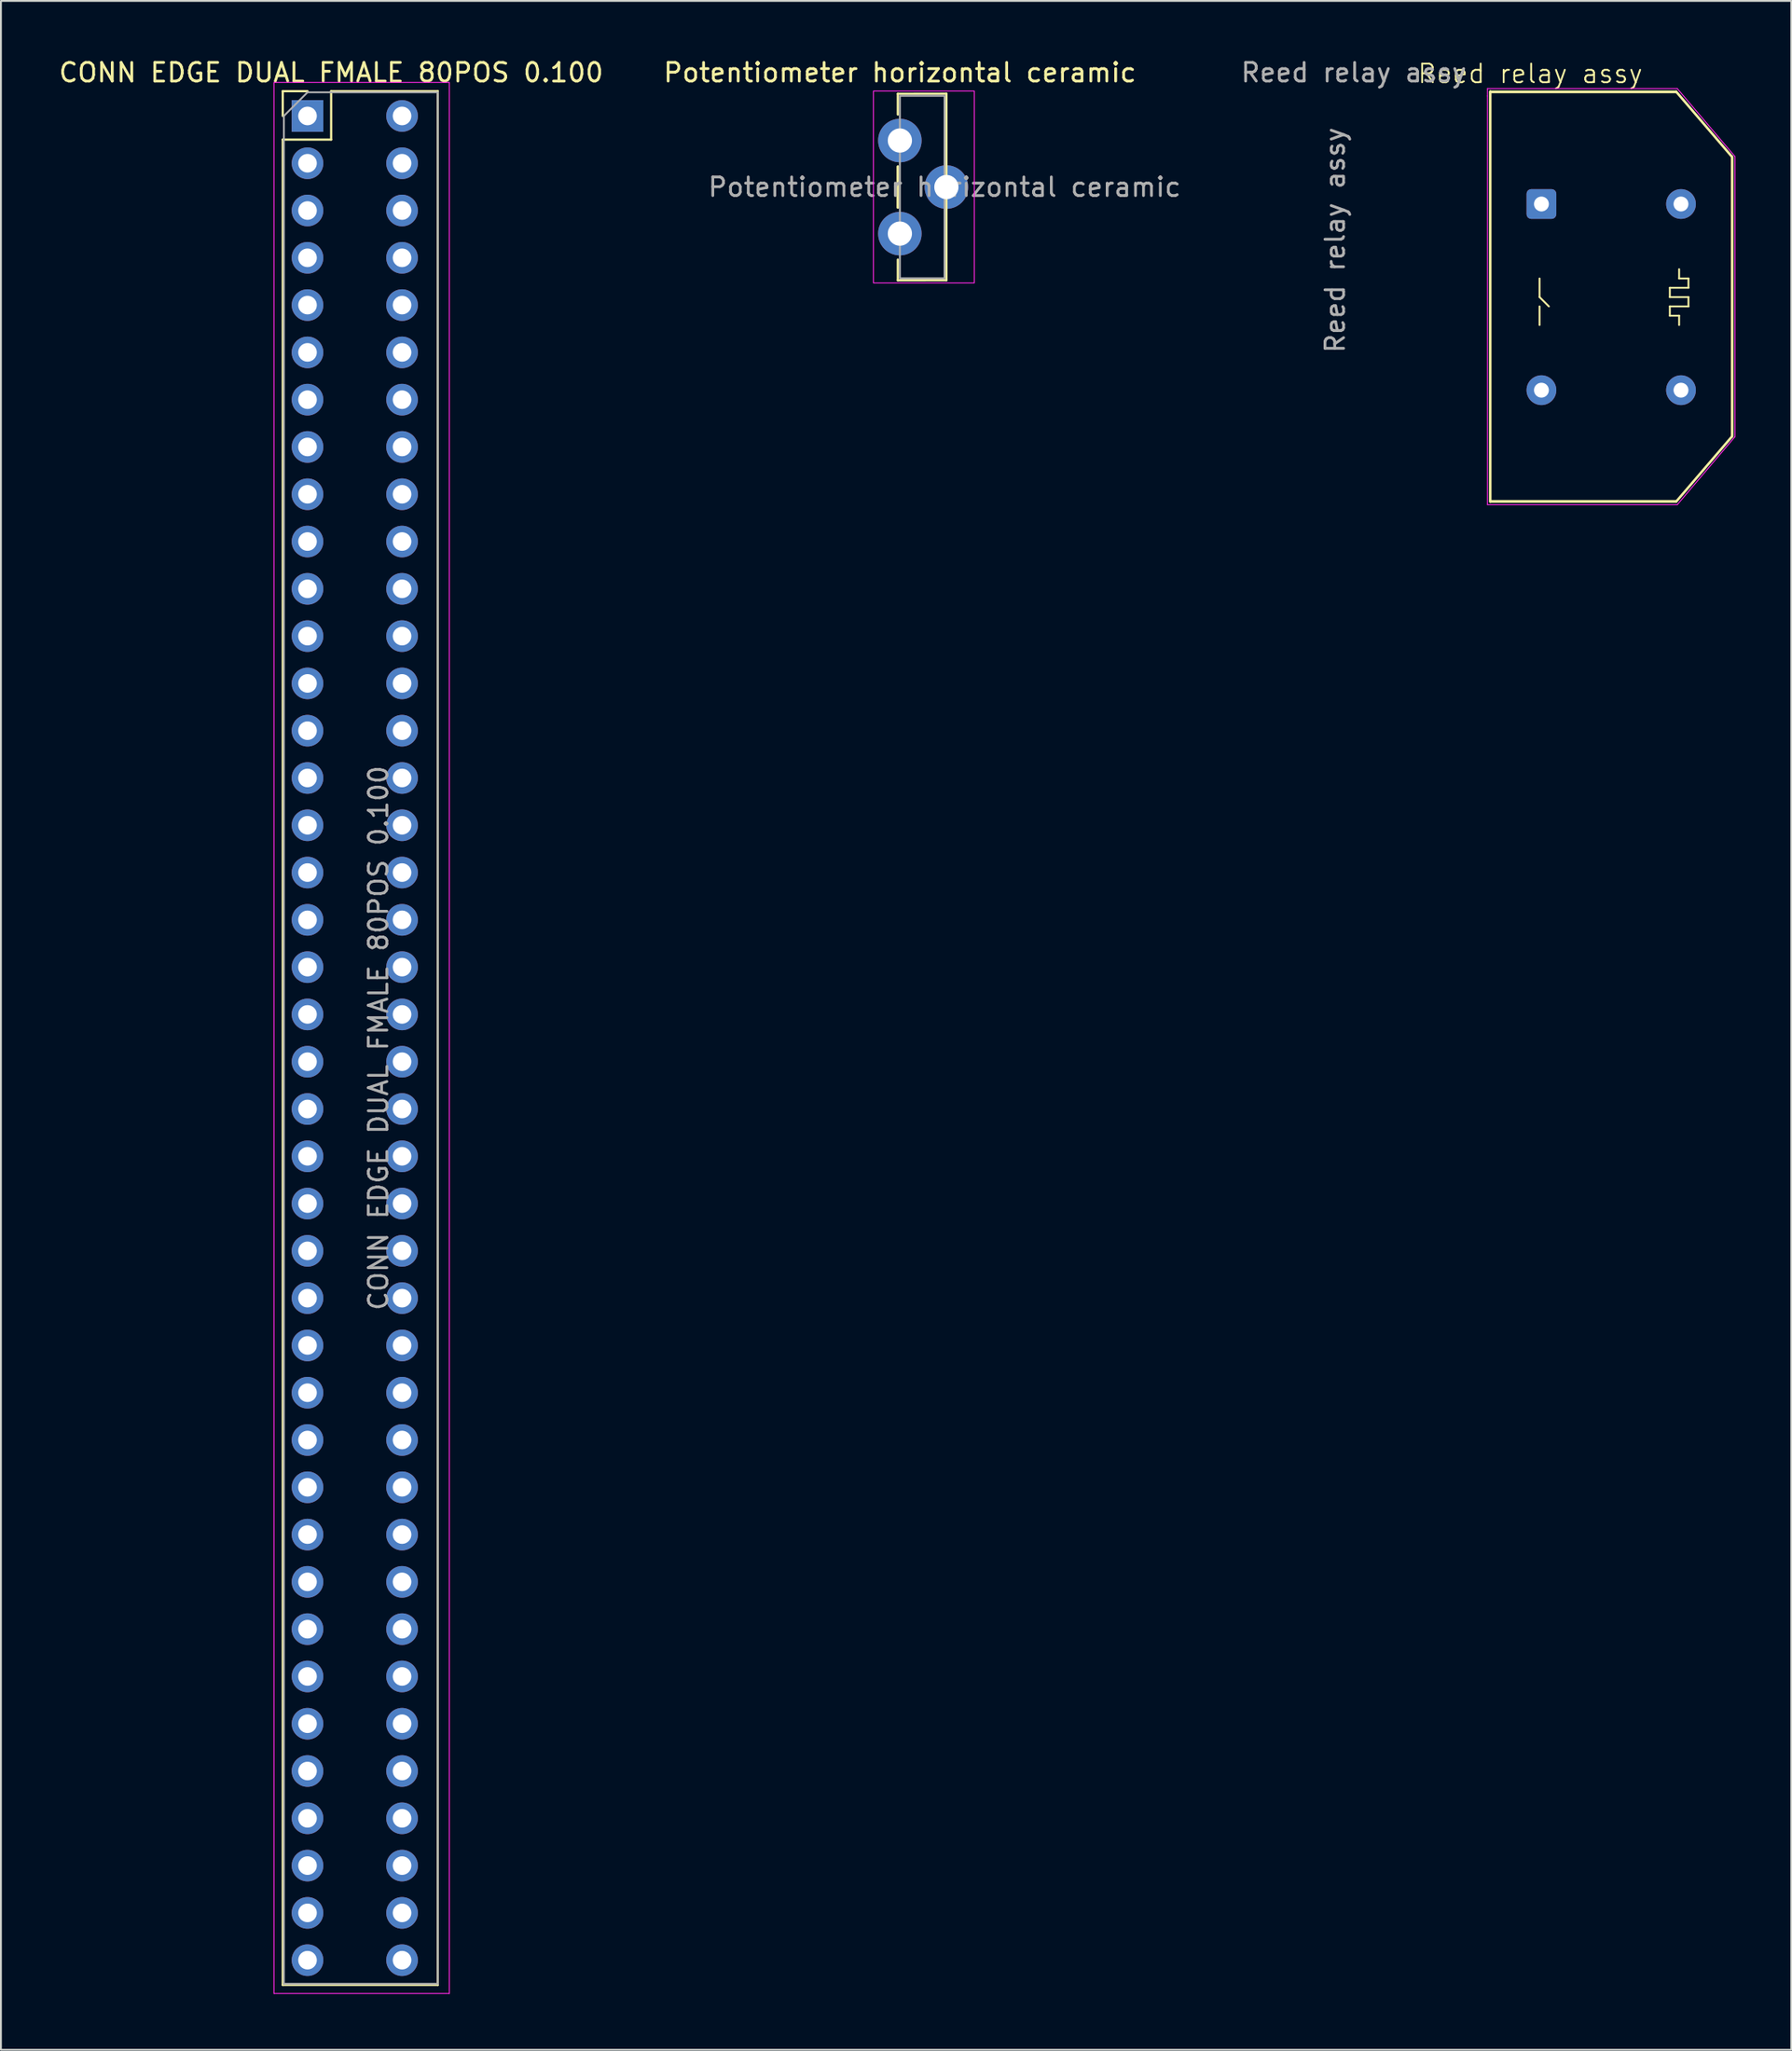
<source format=kicad_pcb>
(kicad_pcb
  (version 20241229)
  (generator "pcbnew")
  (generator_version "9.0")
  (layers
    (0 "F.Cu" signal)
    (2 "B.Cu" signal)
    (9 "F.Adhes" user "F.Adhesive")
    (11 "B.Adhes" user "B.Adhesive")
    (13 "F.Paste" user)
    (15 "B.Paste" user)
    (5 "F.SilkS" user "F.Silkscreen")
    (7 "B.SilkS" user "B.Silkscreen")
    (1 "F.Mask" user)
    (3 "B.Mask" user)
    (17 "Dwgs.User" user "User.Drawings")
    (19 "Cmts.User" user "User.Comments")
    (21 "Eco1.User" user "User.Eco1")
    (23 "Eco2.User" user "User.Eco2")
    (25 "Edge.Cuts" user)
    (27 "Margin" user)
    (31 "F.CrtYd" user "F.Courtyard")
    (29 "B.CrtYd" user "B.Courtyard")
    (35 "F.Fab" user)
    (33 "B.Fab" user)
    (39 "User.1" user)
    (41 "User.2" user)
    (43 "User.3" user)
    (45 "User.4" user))
  (footprint "CONN EDGE DUAL FMALE 80POS 0.100"
    (layer "F.Cu")
    (at 13.474 3.178)
    (property "Reference" "CONN EDGE DUAL FMALE 80POS 0.100" (at 1.27 -2.33 0) (layer "F.SilkS") (effects (font (size 1 1) (thickness 0.15))))
    (attr through_hole)
    (fp_line (start -1.33 -1.33) (end 0 -1.33) (stroke (width 0.12) (type solid)) (layer "F.SilkS"))
    (fp_line (start -1.33 0) (end -1.33 -1.33) (stroke (width 0.12) (type solid)) (layer "F.SilkS"))
    (fp_line (start -1.33 1.27) (end -1.33 100.39) (stroke (width 0.12) (type solid)) (layer "F.SilkS"))
    (fp_line (start -1.33 1.27) (end 1.27 1.27) (stroke (width 0.12) (type solid)) (layer "F.SilkS"))
    (fp_line (start -1.33 100.39) (end 7 100.39) (stroke (width 0.12) (type solid)) (layer "F.SilkS"))
    (fp_line (start 1.27 -1.33) (end 7 -1.33) (stroke (width 0.12) (type solid)) (layer "F.SilkS"))
    (fp_line (start 1.27 1.27) (end 1.27 -1.33) (stroke (width 0.12) (type solid)) (layer "F.SilkS"))
    (fp_line (start 7 -1.33) (end 7 100.39) (stroke (width 0.12) (type solid)) (layer "F.SilkS"))
    (fp_line (start -1.8 -1.8) (end -1.8 100.85) (stroke (width 0.05) (type solid)) (layer "F.CrtYd"))
    (fp_line (start -1.8 100.85) (end 7.62 100.85) (stroke (width 0.05) (type solid)) (layer "F.CrtYd"))
    (fp_line (start 7.62 -1.8) (end -1.8 -1.8) (stroke (width 0.05) (type solid)) (layer "F.CrtYd"))
    (fp_line (start 7.62 100.85) (end 7.62 -1.8) (stroke (width 0.05) (type solid)) (layer "F.CrtYd"))
    (fp_line (start -1.27 0) (end 0 -1.27) (stroke (width 0.1) (type solid)) (layer "F.Fab"))
    (fp_line (start -1.27 100.33) (end -1.27 0) (stroke (width 0.1) (type solid)) (layer "F.Fab"))
    (fp_line (start 0 -1.27) (end 7 -1.27) (stroke (width 0.1) (type solid)) (layer "F.Fab"))
    (fp_line (start 7 -1.27) (end 7 100.33) (stroke (width 0.1) (type solid)) (layer "F.Fab"))
    (fp_line (start 7 100.33) (end -1.27 100.33) (stroke (width 0.1) (type solid)) (layer "F.Fab"))
    (fp_text user "${REFERENCE}" (at 3.81 49.53 90) (layer "F.Fab") (effects (font (size 1 1) (thickness 0.15))))
    (pad "1" thru_hole rect (at 0 0) (size 1.7 1.7) (drill 1) (layers "*.Cu" "*.Mask"))
    (pad "2" thru_hole oval (at 5.08 0) (size 1.7 1.7) (drill 1) (layers "*.Cu" "*.Mask"))
    (pad "3" thru_hole oval (at 0 2.54) (size 1.7 1.7) (drill 1) (layers "*.Cu" "*.Mask"))
    (pad "4" thru_hole oval (at 5.08 2.54) (size 1.7 1.7) (drill 1) (layers "*.Cu" "*.Mask"))
    (pad "5" thru_hole oval (at 0 5.08) (size 1.7 1.7) (drill 1) (layers "*.Cu" "*.Mask"))
    (pad "6" thru_hole oval (at 5.08 5.08) (size 1.7 1.7) (drill 1) (layers "*.Cu" "*.Mask"))
    (pad "7" thru_hole oval (at 0 7.62) (size 1.7 1.7) (drill 1) (layers "*.Cu" "*.Mask"))
    (pad "8" thru_hole oval (at 5.08 7.62) (size 1.7 1.7) (drill 1) (layers "*.Cu" "*.Mask"))
    (pad "9" thru_hole oval (at 0 10.16) (size 1.7 1.7) (drill 1) (layers "*.Cu" "*.Mask"))
    (pad "10" thru_hole oval (at 5.08 10.16) (size 1.7 1.7) (drill 1) (layers "*.Cu" "*.Mask"))
    (pad "11" thru_hole oval (at 0 12.7) (size 1.7 1.7) (drill 1) (layers "*.Cu" "*.Mask"))
    (pad "12" thru_hole oval (at 5.08 12.7) (size 1.7 1.7) (drill 1) (layers "*.Cu" "*.Mask"))
    (pad "13" thru_hole oval (at 0 15.24) (size 1.7 1.7) (drill 1) (layers "*.Cu" "*.Mask"))
    (pad "14" thru_hole oval (at 5.08 15.24) (size 1.7 1.7) (drill 1) (layers "*.Cu" "*.Mask"))
    (pad "15" thru_hole oval (at 0 17.78) (size 1.7 1.7) (drill 1) (layers "*.Cu" "*.Mask"))
    (pad "16" thru_hole oval (at 5.08 17.78) (size 1.7 1.7) (drill 1) (layers "*.Cu" "*.Mask"))
    (pad "17" thru_hole oval (at 0 20.32) (size 1.7 1.7) (drill 1) (layers "*.Cu" "*.Mask"))
    (pad "18" thru_hole oval (at 5.08 20.32) (size 1.7 1.7) (drill 1) (layers "*.Cu" "*.Mask"))
    (pad "19" thru_hole oval (at 0 22.86) (size 1.7 1.7) (drill 1) (layers "*.Cu" "*.Mask"))
    (pad "20" thru_hole oval (at 5.08 22.86) (size 1.7 1.7) (drill 1) (layers "*.Cu" "*.Mask"))
    (pad "21" thru_hole oval (at 0 25.4) (size 1.7 1.7) (drill 1) (layers "*.Cu" "*.Mask"))
    (pad "22" thru_hole oval (at 5.08 25.4) (size 1.7 1.7) (drill 1) (layers "*.Cu" "*.Mask"))
    (pad "23" thru_hole oval (at 0 27.94) (size 1.7 1.7) (drill 1) (layers "*.Cu" "*.Mask"))
    (pad "24" thru_hole oval (at 5.08 27.94) (size 1.7 1.7) (drill 1) (layers "*.Cu" "*.Mask"))
    (pad "25" thru_hole oval (at 0 30.48) (size 1.7 1.7) (drill 1) (layers "*.Cu" "*.Mask"))
    (pad "26" thru_hole oval (at 5.08 30.48) (size 1.7 1.7) (drill 1) (layers "*.Cu" "*.Mask"))
    (pad "27" thru_hole oval (at 0 33.02) (size 1.7 1.7) (drill 1) (layers "*.Cu" "*.Mask"))
    (pad "28" thru_hole oval (at 5.08 33.02) (size 1.7 1.7) (drill 1) (layers "*.Cu" "*.Mask"))
    (pad "29" thru_hole oval (at 0 35.56) (size 1.7 1.7) (drill 1) (layers "*.Cu" "*.Mask"))
    (pad "30" thru_hole oval (at 5.08 35.56) (size 1.7 1.7) (drill 1) (layers "*.Cu" "*.Mask"))
    (pad "31" thru_hole oval (at 0 38.1) (size 1.7 1.7) (drill 1) (layers "*.Cu" "*.Mask"))
    (pad "32" thru_hole oval (at 5.08 38.1) (size 1.7 1.7) (drill 1) (layers "*.Cu" "*.Mask"))
    (pad "33" thru_hole oval (at 0 40.64) (size 1.7 1.7) (drill 1) (layers "*.Cu" "*.Mask"))
    (pad "34" thru_hole oval (at 5.08 40.64) (size 1.7 1.7) (drill 1) (layers "*.Cu" "*.Mask"))
    (pad "35" thru_hole oval (at 0 43.18) (size 1.7 1.7) (drill 1) (layers "*.Cu" "*.Mask"))
    (pad "36" thru_hole oval (at 5.08 43.18) (size 1.7 1.7) (drill 1) (layers "*.Cu" "*.Mask"))
    (pad "37" thru_hole oval (at 0 45.72) (size 1.7 1.7) (drill 1) (layers "*.Cu" "*.Mask"))
    (pad "38" thru_hole oval (at 5.08 45.72) (size 1.7 1.7) (drill 1) (layers "*.Cu" "*.Mask"))
    (pad "39" thru_hole oval (at 0 48.26) (size 1.7 1.7) (drill 1) (layers "*.Cu" "*.Mask"))
    (pad "40" thru_hole oval (at 5.08 48.26) (size 1.7 1.7) (drill 1) (layers "*.Cu" "*.Mask"))
    (pad "41" thru_hole oval (at 0 50.8) (size 1.7 1.7) (drill 1) (layers "*.Cu" "*.Mask"))
    (pad "42" thru_hole oval (at 5.08 50.8) (size 1.7 1.7) (drill 1) (layers "*.Cu" "*.Mask"))
    (pad "43" thru_hole oval (at 0 53.34) (size 1.7 1.7) (drill 1) (layers "*.Cu" "*.Mask"))
    (pad "44" thru_hole oval (at 5.08 53.34) (size 1.7 1.7) (drill 1) (layers "*.Cu" "*.Mask"))
    (pad "45" thru_hole oval (at 0 55.88) (size 1.7 1.7) (drill 1) (layers "*.Cu" "*.Mask"))
    (pad "46" thru_hole oval (at 5.08 55.88) (size 1.7 1.7) (drill 1) (layers "*.Cu" "*.Mask"))
    (pad "47" thru_hole oval (at 0 58.42) (size 1.7 1.7) (drill 1) (layers "*.Cu" "*.Mask"))
    (pad "48" thru_hole oval (at 5.08 58.42) (size 1.7 1.7) (drill 1) (layers "*.Cu" "*.Mask"))
    (pad "49" thru_hole oval (at 0 60.96) (size 1.7 1.7) (drill 1) (layers "*.Cu" "*.Mask"))
    (pad "50" thru_hole oval (at 5.08 60.96) (size 1.7 1.7) (drill 1) (layers "*.Cu" "*.Mask"))
    (pad "51" thru_hole oval (at 0 63.5) (size 1.7 1.7) (drill 1) (layers "*.Cu" "*.Mask"))
    (pad "52" thru_hole oval (at 5.08 63.5) (size 1.7 1.7) (drill 1) (layers "*.Cu" "*.Mask"))
    (pad "53" thru_hole oval (at 0 66.04) (size 1.7 1.7) (drill 1) (layers "*.Cu" "*.Mask"))
    (pad "54" thru_hole oval (at 5.08 66.04) (size 1.7 1.7) (drill 1) (layers "*.Cu" "*.Mask"))
    (pad "55" thru_hole oval (at 0 68.58) (size 1.7 1.7) (drill 1) (layers "*.Cu" "*.Mask"))
    (pad "56" thru_hole oval (at 5.08 68.58) (size 1.7 1.7) (drill 1) (layers "*.Cu" "*.Mask"))
    (pad "57" thru_hole oval (at 0 71.12) (size 1.7 1.7) (drill 1) (layers "*.Cu" "*.Mask"))
    (pad "58" thru_hole oval (at 5.08 71.12) (size 1.7 1.7) (drill 1) (layers "*.Cu" "*.Mask"))
    (pad "59" thru_hole oval (at 0 73.66) (size 1.7 1.7) (drill 1) (layers "*.Cu" "*.Mask"))
    (pad "60" thru_hole oval (at 5.08 73.66) (size 1.7 1.7) (drill 1) (layers "*.Cu" "*.Mask"))
    (pad "61" thru_hole oval (at 0 76.2) (size 1.7 1.7) (drill 1) (layers "*.Cu" "*.Mask"))
    (pad "62" thru_hole oval (at 5.08 76.2) (size 1.7 1.7) (drill 1) (layers "*.Cu" "*.Mask"))
    (pad "63" thru_hole oval (at 0 78.74) (size 1.7 1.7) (drill 1) (layers "*.Cu" "*.Mask"))
    (pad "64" thru_hole oval (at 5.08 78.74) (size 1.7 1.7) (drill 1) (layers "*.Cu" "*.Mask"))
    (pad "65" thru_hole oval (at 0 81.28) (size 1.7 1.7) (drill 1) (layers "*.Cu" "*.Mask"))
    (pad "66" thru_hole oval (at 5.08 81.28) (size 1.7 1.7) (drill 1) (layers "*.Cu" "*.Mask"))
    (pad "67" thru_hole oval (at 0 83.82) (size 1.7 1.7) (drill 1) (layers "*.Cu" "*.Mask"))
    (pad "68" thru_hole oval (at 5.08 83.82) (size 1.7 1.7) (drill 1) (layers "*.Cu" "*.Mask"))
    (pad "69" thru_hole oval (at 0 86.36) (size 1.7 1.7) (drill 1) (layers "*.Cu" "*.Mask"))
    (pad "70" thru_hole oval (at 5.08 86.36) (size 1.7 1.7) (drill 1) (layers "*.Cu" "*.Mask"))
    (pad "71" thru_hole oval (at 0 88.9) (size 1.7 1.7) (drill 1) (layers "*.Cu" "*.Mask"))
    (pad "72" thru_hole oval (at 5.08 88.9) (size 1.7 1.7) (drill 1) (layers "*.Cu" "*.Mask"))
    (pad "73" thru_hole oval (at 0 91.44) (size 1.7 1.7) (drill 1) (layers "*.Cu" "*.Mask"))
    (pad "74" thru_hole oval (at 5.08 91.44) (size 1.7 1.7) (drill 1) (layers "*.Cu" "*.Mask"))
    (pad "75" thru_hole oval (at 0 93.98) (size 1.7 1.7) (drill 1) (layers "*.Cu" "*.Mask"))
    (pad "76" thru_hole oval (at 5.08 93.98) (size 1.7 1.7) (drill 1) (layers "*.Cu" "*.Mask"))
    (pad "77" thru_hole oval (at 0 96.52) (size 1.7 1.7) (drill 1) (layers "*.Cu" "*.Mask"))
    (pad "78" thru_hole oval (at 5.08 96.52) (size 1.7 1.7) (drill 1) (layers "*.Cu" "*.Mask"))
    (pad "79" thru_hole oval (at 0 99.06) (size 1.7 1.7) (drill 1) (layers "*.Cu" "*.Mask"))
    (pad "80" thru_hole oval (at 5.08 99.06) (size 1.7 1.7) (drill 1) (layers "*.Cu" "*.Mask")))
  (footprint "Potentiometer horizontal ceramic"
    (layer "F.Cu")
    (at 45.304 4.498)
    (property "Reference" "Potentiometer horizontal ceramic" (at 0 -3.65 0) (layer "F.SilkS") (effects (font (size 1 1) (thickness 0.15))))
    (attr through_hole)
    (fp_line (start -0.11 -2.51) (end -0.11 -1.396) (stroke (width 0.12) (type solid)) (layer "F.SilkS"))
    (fp_line (start -0.11 1.396) (end -0.11 3.604) (stroke (width 0.12) (type solid)) (layer "F.SilkS"))
    (fp_line (start -0.11 1.396) (end -0.11 3.604) (stroke (width 0.12) (type solid)) (layer "F.SilkS"))
    (fp_line (start -0.11 6.396) (end -0.11 7.51) (stroke (width 0.12) (type solid)) (layer "F.SilkS"))
    (fp_line (start 2.5 -2.515) (end -0.11 -2.51) (stroke (width 0.12) (type solid)) (layer "F.SilkS"))
    (fp_line (start 2.5 -2.515) (end 2.5 7.505) (stroke (width 0.12) (type solid)) (layer "F.SilkS"))
    (fp_line (start 2.5 7.505) (end -0.11 7.51) (stroke (width 0.12) (type solid)) (layer "F.SilkS"))
    (fp_rect (start -1.42 -2.66) (end 4 7.65) (stroke (width 0.05) (type solid)) (fill no) (layer "F.CrtYd"))
    (fp_rect (start 2.4 -2.4) (end 0 7.4) (stroke (width 0.1) (type solid)) (fill no) (layer "F.Fab"))
    (fp_text user "${REFERENCE}" (at 2.4 2.5 0) (layer "F.Fab") (effects (font (size 1 1) (thickness 0.15))))
    (pad "1" thru_hole circle (at 0 0) (size 2.34 2.34) (drill 1.3) (layers "*.Cu" "*.Mask"))
    (pad "2" thru_hole circle (at 2.5 2.5) (size 2.34 2.34) (drill 1.3) (layers "*.Cu" "*.Mask"))
    (pad "3" thru_hole circle (at 0 5) (size 2.34 2.34) (drill 1.3) (layers "*.Cu" "*.Mask")))
  (footprint "Reed relay assy"
    (layer "F.Cu")
    (at 79.677 7.908)
    (property "Reference" "Reed relay assy" (at -0.5 -7 0) (unlocked yes) (layer "F.SilkS") (effects (font (size 1 1) (thickness 0.1))))
    (attr through_hole)
    (fp_line (start -2.65 -6.05) (end -2.65 15.95) (stroke (width 0.12) (type solid)) (layer "F.SilkS"))
    (fp_line (start -2.65 -6.05) (end 7.35 -6.05) (stroke (width 0.1) (type default)) (layer "F.SilkS"))
    (fp_line (start -2.65 -6) (end -2.65 16) (stroke (width 0.12) (type solid)) (layer "F.SilkS"))
    (fp_line (start -2.65 -6) (end 7.35 -6) (stroke (width 0.1) (type default)) (layer "F.SilkS"))
    (fp_line (start -2.65 15.95) (end 7.35 15.95) (stroke (width 0.1) (type default)) (layer "F.SilkS"))
    (fp_line (start -2.65 16) (end 7.35 16) (stroke (width 0.1) (type default)) (layer "F.SilkS"))
    (fp_line (start 0 4) (end 0 5) (stroke (width 0.1) (type default)) (layer "F.SilkS"))
    (fp_line (start 0 5) (end 0.5 5.5) (stroke (width 0.1) (type default)) (layer "F.SilkS"))
    (fp_line (start 0 6.5) (end 0 5.5) (stroke (width 0.1) (type default)) (layer "F.SilkS"))
    (fp_line (start 7 4.5) (end 7 5) (stroke (width 0.1) (type default)) (layer "F.SilkS"))
    (fp_line (start 7 5) (end 8 5) (stroke (width 0.1) (type default)) (layer "F.SilkS"))
    (fp_line (start 7 5.5) (end 7 6) (stroke (width 0.1) (type default)) (layer "F.SilkS"))
    (fp_line (start 7 6) (end 7.5 6) (stroke (width 0.1) (type default)) (layer "F.SilkS"))
    (fp_line (start 7.35 -6.05) (end 10.35 -2.55) (stroke (width 0.1) (type default)) (layer "F.SilkS"))
    (fp_line (start 7.35 -6) (end 10.35 -2.5) (stroke (width 0.1) (type default)) (layer "F.SilkS"))
    (fp_line (start 7.35 15.95) (end 10.35 12.45) (stroke (width 0.1) (type default)) (layer "F.SilkS"))
    (fp_line (start 7.35 16) (end 10.35 12.5) (stroke (width 0.1) (type default)) (layer "F.SilkS"))
    (fp_line (start 7.5 3.5) (end 7.5 4) (stroke (width 0.1) (type default)) (layer "F.SilkS"))
    (fp_line (start 7.5 4) (end 8 4) (stroke (width 0.1) (type default)) (layer "F.SilkS"))
    (fp_line (start 7.5 6) (end 7.5 6.5) (stroke (width 0.1) (type default)) (layer "F.SilkS"))
    (fp_line (start 8 4.5) (end 7 4.5) (stroke (width 0.1) (type default)) (layer "F.SilkS"))
    (fp_line (start 8 4.5) (end 8 4) (stroke (width 0.1) (type default)) (layer "F.SilkS"))
    (fp_line (start 8 5) (end 8 5.5) (stroke (width 0.1) (type default)) (layer "F.SilkS"))
    (fp_line (start 8 5.5) (end 7 5.5) (stroke (width 0.1) (type default)) (layer "F.SilkS"))
    (fp_line (start 10.35 -2.55) (end 10.35 12.45) (stroke (width 0.12) (type solid)) (layer "F.SilkS"))
    (fp_line (start 10.35 -2.5) (end 10.35 12.5) (stroke (width 0.12) (type solid)) (layer "F.SilkS"))
    (fp_line (start -2.8 -6.2) (end 7.4 -6.2) (stroke (width 0.05) (type default)) (layer "F.CrtYd"))
    (fp_line (start -2.8 -5.8) (end -2.8 -6.2) (stroke (width 0.05) (type default)) (layer "F.CrtYd"))
    (fp_line (start -2.8 16.15) (end -2.8 -5.8) (stroke (width 0.05) (type default)) (layer "F.CrtYd"))
    (fp_line (start 7.4 -6.2) (end 10.5 -2.55) (stroke (width 0.05) (type default)) (layer "F.CrtYd"))
    (fp_line (start 7.4 16.15) (end -2.8 16.15) (stroke (width 0.05) (type default)) (layer "F.CrtYd"))
    (fp_line (start 10.5 -2.55) (end 10.5 12.5) (stroke (width 0.05) (type default)) (layer "F.CrtYd"))
    (fp_line (start 10.5 12.5) (end 7.4 16.15) (stroke (width 0.05) (type default)) (layer "F.CrtYd"))
    (fp_text user "${REFERENCE}" (at -10.985 1.94 90) (layer "F.Fab") (effects (font (size 1 1) (thickness 0.15))))
    (fp_text user "${REFERENCE}" (at -9.985 -7.06 0) (unlocked yes) (layer "F.Fab") (effects (font (size 1 1) (thickness 0.15))))
    (pad "1" thru_hole roundrect (at 0.1 0) (size 1.6 1.6) (drill 0.8) (layers "*.Cu" "*.Mask") (roundrect_rratio 0.156))
    (pad "5" thru_hole circle (at 0.1 10) (size 1.6 1.6) (drill 0.8) (layers "*.Cu" "*.Mask"))
    (pad "6" thru_hole circle (at 7.6 10) (size 1.6 1.6) (drill 0.8) (layers "*.Cu" "*.Mask"))
    (pad "10" thru_hole circle (at 7.6 0) (size 1.6 1.6) (drill 0.8) (layers "*.Cu" "*.Mask")))
  (gr_rect
    (start -3 -3)
    (end 93.202 107.053)
    (stroke (width 0.1) (type default))
    (fill no)
    (layer "Edge.Cuts")))
</source>
